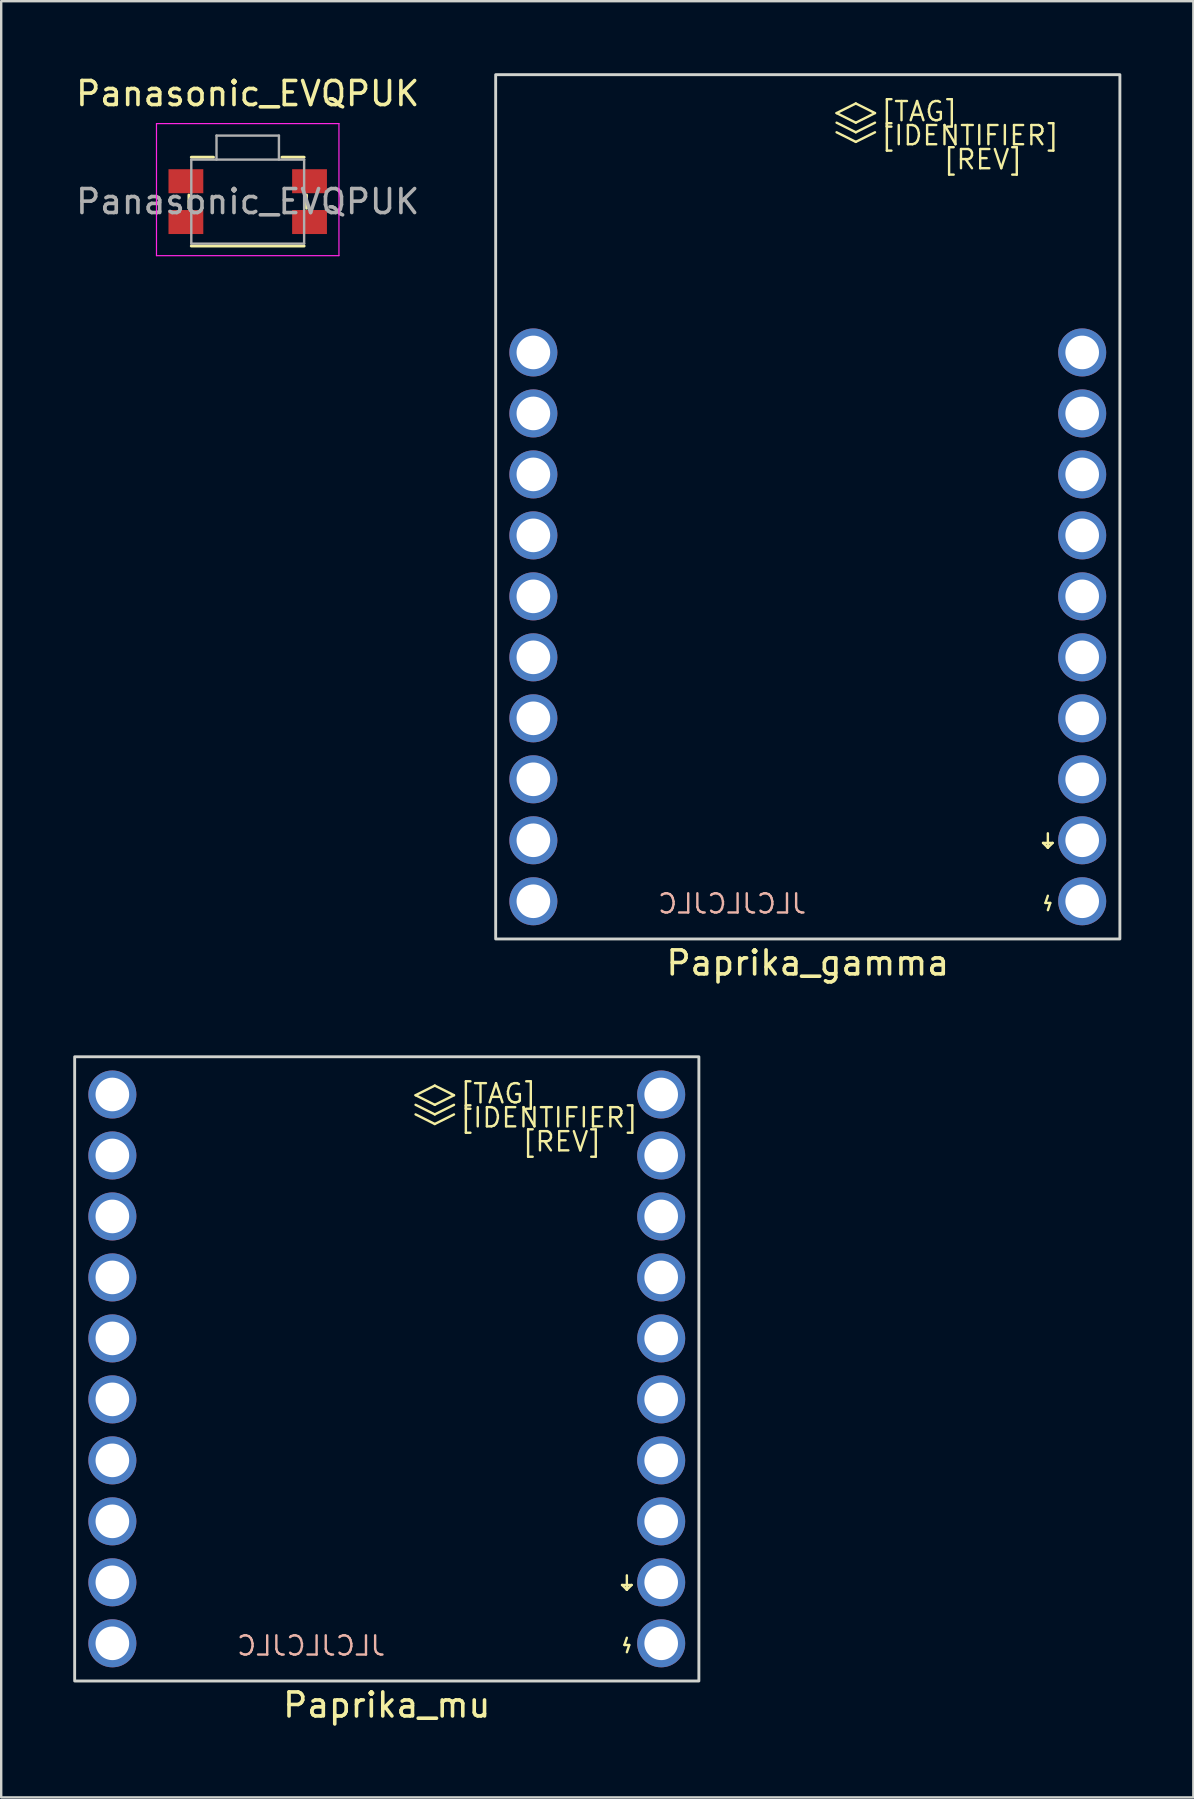
<source format=kicad_pcb>
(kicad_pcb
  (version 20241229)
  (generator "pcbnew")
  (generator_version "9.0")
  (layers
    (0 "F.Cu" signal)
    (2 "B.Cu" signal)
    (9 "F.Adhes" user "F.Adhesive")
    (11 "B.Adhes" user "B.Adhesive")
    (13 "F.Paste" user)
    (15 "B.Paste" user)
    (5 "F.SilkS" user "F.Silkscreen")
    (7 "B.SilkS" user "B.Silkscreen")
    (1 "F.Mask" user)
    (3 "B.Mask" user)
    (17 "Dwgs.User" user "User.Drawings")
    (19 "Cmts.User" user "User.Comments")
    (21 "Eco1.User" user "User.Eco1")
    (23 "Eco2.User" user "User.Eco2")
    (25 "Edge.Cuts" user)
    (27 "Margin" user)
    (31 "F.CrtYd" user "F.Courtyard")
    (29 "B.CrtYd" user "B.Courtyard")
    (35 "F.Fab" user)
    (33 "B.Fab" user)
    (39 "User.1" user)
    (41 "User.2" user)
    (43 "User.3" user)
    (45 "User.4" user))
  (footprint "Paprika_gamma"
    (layer "F.Cu")
    (at 30.596 23.06)
    (property "Reference" "Paprika_gamma" (at 0 14 0) (unlocked yes) (layer "F.SilkS") (effects (font (size 1 1) (thickness 0.15))))
    (attr through_hole)
    (fp_line (start 1.2 -21.4) (end 2 -21) (stroke (width 0.1) (type default)) (layer "F.SilkS"))
    (fp_line (start 1.2 -21) (end 2 -20.6) (stroke (width 0.1) (type default)) (layer "F.SilkS"))
    (fp_line (start 1.2 -20.6) (end 2 -20.2) (stroke (width 0.1) (type default)) (layer "F.SilkS"))
    (fp_line (start 2 -21.8) (end 1.2 -21.4) (stroke (width 0.1) (type default)) (layer "F.SilkS"))
    (fp_line (start 2 -21.8) (end 2.8 -21.4) (stroke (width 0.1) (type default)) (layer "F.SilkS"))
    (fp_line (start 2 -21) (end 2.8 -21.4) (stroke (width 0.1) (type default)) (layer "F.SilkS"))
    (fp_line (start 2 -20.6) (end 2.8 -21) (stroke (width 0.1) (type default)) (layer "F.SilkS"))
    (fp_line (start 2 -20.2) (end 2.8 -20.6) (stroke (width 0.1) (type default)) (layer "F.SilkS"))
    (fp_line (start 9.8 9) (end 10.2 9) (stroke (width 0.1) (type default)) (layer "F.SilkS"))
    (fp_line (start 9.9 11.5) (end 10.1 11.5) (stroke (width 0.1) (type default)) (layer "F.SilkS"))
    (fp_line (start 10 8.6) (end 10 9.2) (stroke (width 0.1) (type default)) (layer "F.SilkS"))
    (fp_line (start 10 9.2) (end 9.8 9) (stroke (width 0.1) (type default)) (layer "F.SilkS"))
    (fp_line (start 10 11.2) (end 9.9 11.5) (stroke (width 0.1) (type default)) (layer "F.SilkS"))
    (fp_line (start 10.1 11.5) (end 10 11.8) (stroke (width 0.1) (type default)) (layer "F.SilkS"))
    (fp_line (start 10.2 9) (end 10 9.2) (stroke (width 0.1) (type default)) (layer "F.SilkS"))
    (fp_rect (start -13 -23) (end 13 13) (stroke (width 0.12) (type solid)) (fill no) (layer "Edge.Cuts"))
    (fp_text user "[REV]" (at 9 -19 0) (unlocked yes) (layer "F.SilkS") (effects (font (size 0.8 0.8) (thickness 0.1)) (justify right bottom)))
    (fp_text user "[TAG]" (at 3 -21 0) (unlocked yes) (layer "F.SilkS") (effects (font (size 0.8 0.8) (thickness 0.1)) (justify left bottom)))
    (fp_text user "[IDENTIFIER]" (at 3 -20 0) (unlocked yes) (layer "F.SilkS") (effects (font (size 0.8 0.8) (thickness 0.1)) (justify left bottom)))
    (fp_text user "JLCJLCJLC" (at 0 12 0) (unlocked yes) (layer "B.SilkS") (effects (font (size 0.8 0.8) (thickness 0.1)) (justify left bottom mirror)))
    (pad "1" thru_hole circle (at -11.43 11.43) (size 2 2) (drill 1.4) (layers "*.Cu" "*.Mask"))
    (pad "2" thru_hole circle (at -11.43 8.89) (size 2 2) (drill 1.4) (layers "*.Cu" "*.Mask"))
    (pad "3" thru_hole circle (at -11.43 6.35) (size 2 2) (drill 1.4) (layers "*.Cu" "*.Mask"))
    (pad "4" thru_hole circle (at -11.43 3.81) (size 2 2) (drill 1.4) (layers "*.Cu" "*.Mask"))
    (pad "5" thru_hole circle (at -11.43 1.27) (size 2 2) (drill 1.4) (layers "*.Cu" "*.Mask"))
    (pad "6" thru_hole circle (at -11.43 -1.27) (size 2 2) (drill 1.4) (layers "*.Cu" "*.Mask"))
    (pad "7" thru_hole circle (at -11.43 -3.81) (size 2 2) (drill 1.4) (layers "*.Cu" "*.Mask"))
    (pad "8" thru_hole circle (at -11.43 -6.35) (size 2 2) (drill 1.4) (layers "*.Cu" "*.Mask"))
    (pad "9" thru_hole circle (at -11.43 -8.89) (size 2 2) (drill 1.4) (layers "*.Cu" "*.Mask"))
    (pad "10" thru_hole circle (at -11.43 -11.43) (size 2 2) (drill 1.4) (layers "*.Cu" "*.Mask"))
    (pad "11" thru_hole circle (at 11.43 -11.43) (size 2 2) (drill 1.4) (layers "*.Cu" "*.Mask"))
    (pad "12" thru_hole circle (at 11.43 -8.89) (size 2 2) (drill 1.4) (layers "*.Cu" "*.Mask"))
    (pad "13" thru_hole circle (at 11.43 -6.35) (size 2 2) (drill 1.4) (layers "*.Cu" "*.Mask"))
    (pad "14" thru_hole circle (at 11.43 -3.81) (size 2 2) (drill 1.4) (layers "*.Cu" "*.Mask"))
    (pad "15" thru_hole circle (at 11.43 -1.27) (size 2 2) (drill 1.4) (layers "*.Cu" "*.Mask"))
    (pad "16" thru_hole circle (at 11.43 1.27) (size 2 2) (drill 1.4) (layers "*.Cu" "*.Mask"))
    (pad "17" thru_hole circle (at 11.43 3.81) (size 2 2) (drill 1.4) (layers "*.Cu" "*.Mask"))
    (pad "18" thru_hole circle (at 11.43 6.35) (size 2 2) (drill 1.4) (layers "*.Cu" "*.Mask"))
    (pad "19" thru_hole circle (at 11.43 8.89) (size 2 2) (drill 1.4) (layers "*.Cu" "*.Mask"))
    (pad "20" thru_hole circle (at 11.43 11.43) (size 2 2) (drill 1.4) (layers "*.Cu" "*.Mask")))
  (footprint "Paprika_mu"
    (layer "F.Cu")
    (at 13.06 53.968)
    (property "Reference" "Paprika_mu" (at 0 14 0) (unlocked yes) (layer "F.SilkS") (effects (font (size 1 1) (thickness 0.15))))
    (attr through_hole)
    (fp_line (start 1.2 -11.4) (end 2 -11) (stroke (width 0.1) (type default)) (layer "F.SilkS"))
    (fp_line (start 1.2 -11) (end 2 -10.6) (stroke (width 0.1) (type default)) (layer "F.SilkS"))
    (fp_line (start 1.2 -10.6) (end 2 -10.2) (stroke (width 0.1) (type default)) (layer "F.SilkS"))
    (fp_line (start 2 -11.8) (end 1.2 -11.4) (stroke (width 0.1) (type default)) (layer "F.SilkS"))
    (fp_line (start 2 -11.8) (end 2.8 -11.4) (stroke (width 0.1) (type default)) (layer "F.SilkS"))
    (fp_line (start 2 -11) (end 2.8 -11.4) (stroke (width 0.1) (type default)) (layer "F.SilkS"))
    (fp_line (start 2 -10.6) (end 2.8 -11) (stroke (width 0.1) (type default)) (layer "F.SilkS"))
    (fp_line (start 2 -10.2) (end 2.8 -10.6) (stroke (width 0.1) (type default)) (layer "F.SilkS"))
    (fp_line (start 9.8 9) (end 10.2 9) (stroke (width 0.1) (type default)) (layer "F.SilkS"))
    (fp_line (start 9.9 11.5) (end 10.1 11.5) (stroke (width 0.1) (type default)) (layer "F.SilkS"))
    (fp_line (start 10 8.6) (end 10 9.2) (stroke (width 0.1) (type default)) (layer "F.SilkS"))
    (fp_line (start 10 9.2) (end 9.8 9) (stroke (width 0.1) (type default)) (layer "F.SilkS"))
    (fp_line (start 10 11.2) (end 9.9 11.5) (stroke (width 0.1) (type default)) (layer "F.SilkS"))
    (fp_line (start 10.1 11.5) (end 10 11.8) (stroke (width 0.1) (type default)) (layer "F.SilkS"))
    (fp_line (start 10.2 9) (end 10 9.2) (stroke (width 0.1) (type default)) (layer "F.SilkS"))
    (fp_rect (start -13 -13) (end 13 13) (stroke (width 0.12) (type solid)) (fill no) (layer "Edge.Cuts"))
    (fp_text user "[REV]" (at 9 -9 0) (unlocked yes) (layer "F.SilkS") (effects (font (size 0.8 0.8) (thickness 0.1)) (justify right bottom)))
    (fp_text user "[TAG]" (at 3 -11 0) (unlocked yes) (layer "F.SilkS") (effects (font (size 0.8 0.8) (thickness 0.1)) (justify left bottom)))
    (fp_text user "[IDENTIFIER]" (at 3 -10 0) (unlocked yes) (layer "F.SilkS") (effects (font (size 0.8 0.8) (thickness 0.1)) (justify left bottom)))
    (fp_text user "JLCJLCJLC" (at 0 12 0) (unlocked yes) (layer "B.SilkS") (effects (font (size 0.8 0.8) (thickness 0.1)) (justify left bottom mirror)))
    (pad "1" thru_hole circle (at -11.43 11.43) (size 2 2) (drill 1.4) (layers "*.Cu" "*.Mask"))
    (pad "2" thru_hole circle (at -11.43 8.89) (size 2 2) (drill 1.4) (layers "*.Cu" "*.Mask"))
    (pad "3" thru_hole circle (at -11.43 6.35) (size 2 2) (drill 1.4) (layers "*.Cu" "*.Mask"))
    (pad "4" thru_hole circle (at -11.43 3.81) (size 2 2) (drill 1.4) (layers "*.Cu" "*.Mask"))
    (pad "5" thru_hole circle (at -11.43 1.27) (size 2 2) (drill 1.4) (layers "*.Cu" "*.Mask"))
    (pad "6" thru_hole circle (at -11.43 -1.27) (size 2 2) (drill 1.4) (layers "*.Cu" "*.Mask"))
    (pad "7" thru_hole circle (at -11.43 -3.81) (size 2 2) (drill 1.4) (layers "*.Cu" "*.Mask"))
    (pad "8" thru_hole circle (at -11.43 -6.35) (size 2 2) (drill 1.4) (layers "*.Cu" "*.Mask"))
    (pad "9" thru_hole circle (at -11.43 -8.89) (size 2 2) (drill 1.4) (layers "*.Cu" "*.Mask"))
    (pad "10" thru_hole circle (at -11.43 -11.43) (size 2 2) (drill 1.4) (layers "*.Cu" "*.Mask"))
    (pad "11" thru_hole circle (at 11.43 -11.43) (size 2 2) (drill 1.4) (layers "*.Cu" "*.Mask"))
    (pad "12" thru_hole circle (at 11.43 -8.89) (size 2 2) (drill 1.4) (layers "*.Cu" "*.Mask"))
    (pad "13" thru_hole circle (at 11.43 -6.35) (size 2 2) (drill 1.4) (layers "*.Cu" "*.Mask"))
    (pad "14" thru_hole circle (at 11.43 -3.81) (size 2 2) (drill 1.4) (layers "*.Cu" "*.Mask"))
    (pad "15" thru_hole circle (at 11.43 -1.27) (size 2 2) (drill 1.4) (layers "*.Cu" "*.Mask"))
    (pad "16" thru_hole circle (at 11.43 1.27) (size 2 2) (drill 1.4) (layers "*.Cu" "*.Mask"))
    (pad "17" thru_hole circle (at 11.43 3.81) (size 2 2) (drill 1.4) (layers "*.Cu" "*.Mask"))
    (pad "18" thru_hole circle (at 11.43 6.35) (size 2 2) (drill 1.4) (layers "*.Cu" "*.Mask"))
    (pad "19" thru_hole circle (at 11.43 8.89) (size 2 2) (drill 1.4) (layers "*.Cu" "*.Mask"))
    (pad "20" thru_hole circle (at 11.43 11.43) (size 2 2) (drill 1.4) (layers "*.Cu" "*.Mask")))
  (footprint "Panasonic_EVQPUK"
    (layer "F.Cu")
    (at 7.268 5.348)
    (property "Reference" "Panasonic_EVQPUK" (at 0 -4.5 0) (layer "F.SilkS") (effects (font (size 1 1) (thickness 0.15))))
    (attr smd)
    (fp_line (start -2.45 0.275) (end -2.45 -0.275) (stroke (width 0.12) (type solid)) (layer "F.SilkS"))
    (fp_line (start -1.425 -1.85) (end -2.35 -1.85) (stroke (width 0.12) (type solid)) (layer "F.SilkS"))
    (fp_line (start 2.35 -1.85) (end 1.425 -1.85) (stroke (width 0.12) (type solid)) (layer "F.SilkS"))
    (fp_line (start 2.35 1.85) (end -2.35 1.85) (stroke (width 0.12) (type solid)) (layer "F.SilkS"))
    (fp_line (start 2.45 0.275) (end 2.45 -0.275) (stroke (width 0.12) (type solid)) (layer "F.SilkS"))
    (fp_line (start -3.8 2.25) (end -3.8 -3.25) (stroke (width 0.05) (type solid)) (layer "F.CrtYd"))
    (fp_line (start 3.8 -3.25) (end -3.8 -3.25) (stroke (width 0.05) (type solid)) (layer "F.CrtYd"))
    (fp_line (start 3.8 2.25) (end -3.8 2.25) (stroke (width 0.05) (type solid)) (layer "F.CrtYd"))
    (fp_line (start 3.8 2.25) (end 3.8 -3.25) (stroke (width 0.05) (type solid)) (layer "F.CrtYd"))
    (fp_line (start -2.35 1.75) (end -2.35 -1.75) (stroke (width 0.1) (type solid)) (layer "F.Fab"))
    (fp_line (start -1.3 -2.75) (end -1.3 -1.75) (stroke (width 0.1) (type solid)) (layer "F.Fab"))
    (fp_line (start 1.3 -2.75) (end -1.3 -2.75) (stroke (width 0.1) (type solid)) (layer "F.Fab"))
    (fp_line (start 1.3 -2.75) (end 1.3 -1.75) (stroke (width 0.1) (type solid)) (layer "F.Fab"))
    (fp_line (start 2.35 -1.75) (end -2.35 -1.75) (stroke (width 0.1) (type solid)) (layer "F.Fab"))
    (fp_line (start 2.35 1.75) (end -2.35 1.75) (stroke (width 0.1) (type solid)) (layer "F.Fab"))
    (fp_line (start 2.35 1.75) (end 2.35 -1.75) (stroke (width 0.1) (type solid)) (layer "F.Fab"))
    (fp_text user "${REFERENCE}" (at 0 0 0) (layer "F.Fab") (effects (font (size 1 1) (thickness 0.15))))
    (pad "1" smd rect (at -2.575 -0.85 180) (size 1.45 1) (layers "F.Cu" "F.Mask" "F.Paste"))
    (pad "2" smd rect (at 2.575 -0.85 180) (size 1.45 1) (layers "F.Cu" "F.Mask" "F.Paste"))
    (pad "3" smd rect (at 2.575 0.85 180) (size 1.45 1) (layers "F.Cu" "F.Mask" "F.Paste"))
    (pad "4" smd rect (at -2.575 0.85 180) (size 1.45 1) (layers "F.Cu" "F.Mask" "F.Paste")))
  (gr_rect
    (start -3 -3)
    (end 46.656 71.817)
    (stroke (width 0.1) (type default))
    (fill no)
    (layer "Edge.Cuts")))
</source>
